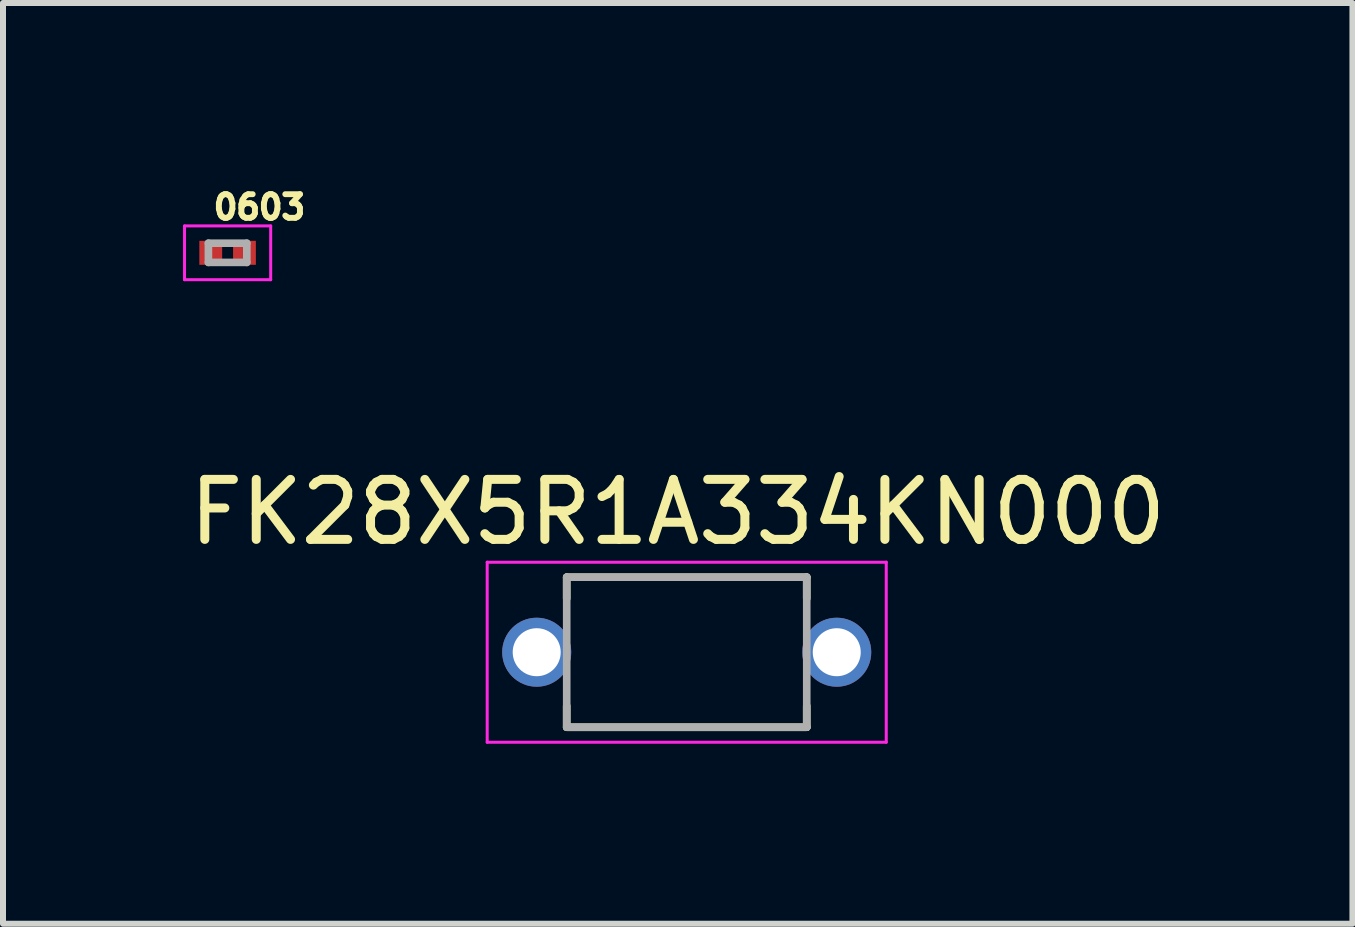
<source format=kicad_pcb>
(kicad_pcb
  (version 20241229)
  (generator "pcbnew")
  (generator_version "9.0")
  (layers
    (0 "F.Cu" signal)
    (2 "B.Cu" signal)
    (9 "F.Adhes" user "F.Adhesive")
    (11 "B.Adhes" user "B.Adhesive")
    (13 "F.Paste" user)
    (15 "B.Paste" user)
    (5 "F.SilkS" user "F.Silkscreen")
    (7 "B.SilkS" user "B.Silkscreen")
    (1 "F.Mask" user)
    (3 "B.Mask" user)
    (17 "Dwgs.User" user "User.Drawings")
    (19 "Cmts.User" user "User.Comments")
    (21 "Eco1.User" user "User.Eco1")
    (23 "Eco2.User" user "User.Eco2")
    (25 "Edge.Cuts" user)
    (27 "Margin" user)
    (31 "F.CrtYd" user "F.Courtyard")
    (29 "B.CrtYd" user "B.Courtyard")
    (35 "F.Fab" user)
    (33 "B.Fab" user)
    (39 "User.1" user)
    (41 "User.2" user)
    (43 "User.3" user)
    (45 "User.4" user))
  (footprint "0603"
    (layer "F.Cu")
    (at 0.743 1.163)
    (property "Reference" "0603" (at 0.53 -0.76 0) (layer "F.SilkS") (effects (font (size 0.394 0.394) (thickness 0.15))))
    (attr smd)
    (fp_line (start -0.718 -0.448) (end 0.718 -0.448) (stroke (width 0.05) (type solid)) (layer "F.CrtYd"))
    (fp_line (start -0.718 0.448) (end -0.718 -0.448) (stroke (width 0.05) (type solid)) (layer "F.CrtYd"))
    (fp_line (start -0.718 0.448) (end 0.718 0.448) (stroke (width 0.05) (type solid)) (layer "F.CrtYd"))
    (fp_line (start 0.718 0.448) (end 0.718 -0.448) (stroke (width 0.05) (type solid)) (layer "F.CrtYd"))
    (fp_line (start -0.32 0.16) (end -0.32 -0.16) (stroke (width 0.127) (type solid)) (layer "F.Fab"))
    (fp_line (start 0.32 -0.16) (end -0.32 -0.16) (stroke (width 0.127) (type solid)) (layer "F.Fab"))
    (fp_line (start 0.32 0.16) (end -0.32 0.16) (stroke (width 0.127) (type solid)) (layer "F.Fab"))
    (fp_line (start 0.32 0.16) (end 0.32 -0.16) (stroke (width 0.127) (type solid)) (layer "F.Fab"))
    (pad "1" smd rect (at -0.281 0) (size 0.38 0.4) (layers "F.Cu" "F.Mask" "F.Paste"))
    (pad "2" smd rect (at 0.281 0) (size 0.38 0.4) (layers "F.Cu" "F.Mask" "F.Paste")))
  (footprint "FK28X5R1A334KN000"
    (layer "F.Cu")
    (at 8.394 7.819)
    (property "Reference" "FK28X5R1A334KN000" (at -0.15 -2.335 0) (layer "F.SilkS") (effects (font (size 1 1) (thickness 0.15))))
    (attr through_hole)
    (fp_line (start -2 -1.25) (end -2 -0.895) (stroke (width 0.127) (type solid)) (layer "F.SilkS"))
    (fp_line (start -2 -1.25) (end 2 -1.25) (stroke (width 0.127) (type solid)) (layer "F.SilkS"))
    (fp_line (start -2 1.25) (end -2 0.895) (stroke (width 0.127) (type solid)) (layer "F.SilkS"))
    (fp_line (start -2 1.25) (end 2 1.25) (stroke (width 0.127) (type solid)) (layer "F.SilkS"))
    (fp_line (start 2 -1.25) (end 2 -0.895) (stroke (width 0.127) (type solid)) (layer "F.SilkS"))
    (fp_line (start 2 1.25) (end 2 0.895) (stroke (width 0.127) (type solid)) (layer "F.SilkS"))
    (fp_line (start -3.325 -1.5) (end -3.325 1.5) (stroke (width 0.05) (type solid)) (layer "F.CrtYd"))
    (fp_line (start -3.325 -1.5) (end 3.325 -1.5) (stroke (width 0.05) (type solid)) (layer "F.CrtYd"))
    (fp_line (start 3.325 -1.5) (end 3.325 1.5) (stroke (width 0.05) (type solid)) (layer "F.CrtYd"))
    (fp_line (start 3.325 1.5) (end -3.325 1.5) (stroke (width 0.05) (type solid)) (layer "F.CrtYd"))
    (fp_line (start -2 -1.25) (end -2 1.25) (stroke (width 0.127) (type solid)) (layer "F.Fab"))
    (fp_line (start -2 -1.25) (end 2 -1.25) (stroke (width 0.127) (type solid)) (layer "F.Fab"))
    (fp_line (start 2 -1.25) (end 2 1.25) (stroke (width 0.127) (type solid)) (layer "F.Fab"))
    (fp_line (start 2 1.25) (end -2 1.25) (stroke (width 0.127) (type solid)) (layer "F.Fab"))
    (pad "1" thru_hole circle (at -2.5 0) (size 1.15 1.15) (drill 0.8) (layers "*.Cu" "*.Mask"))
    (pad "2" thru_hole circle (at 2.5 0) (size 1.15 1.15) (drill 0.8) (layers "*.Cu" "*.Mask")))
  (gr_rect
    (start -3 -3)
    (end 19.488 12.344)
    (stroke (width 0.1) (type default))
    (fill no)
    (layer "Edge.Cuts")))
</source>
